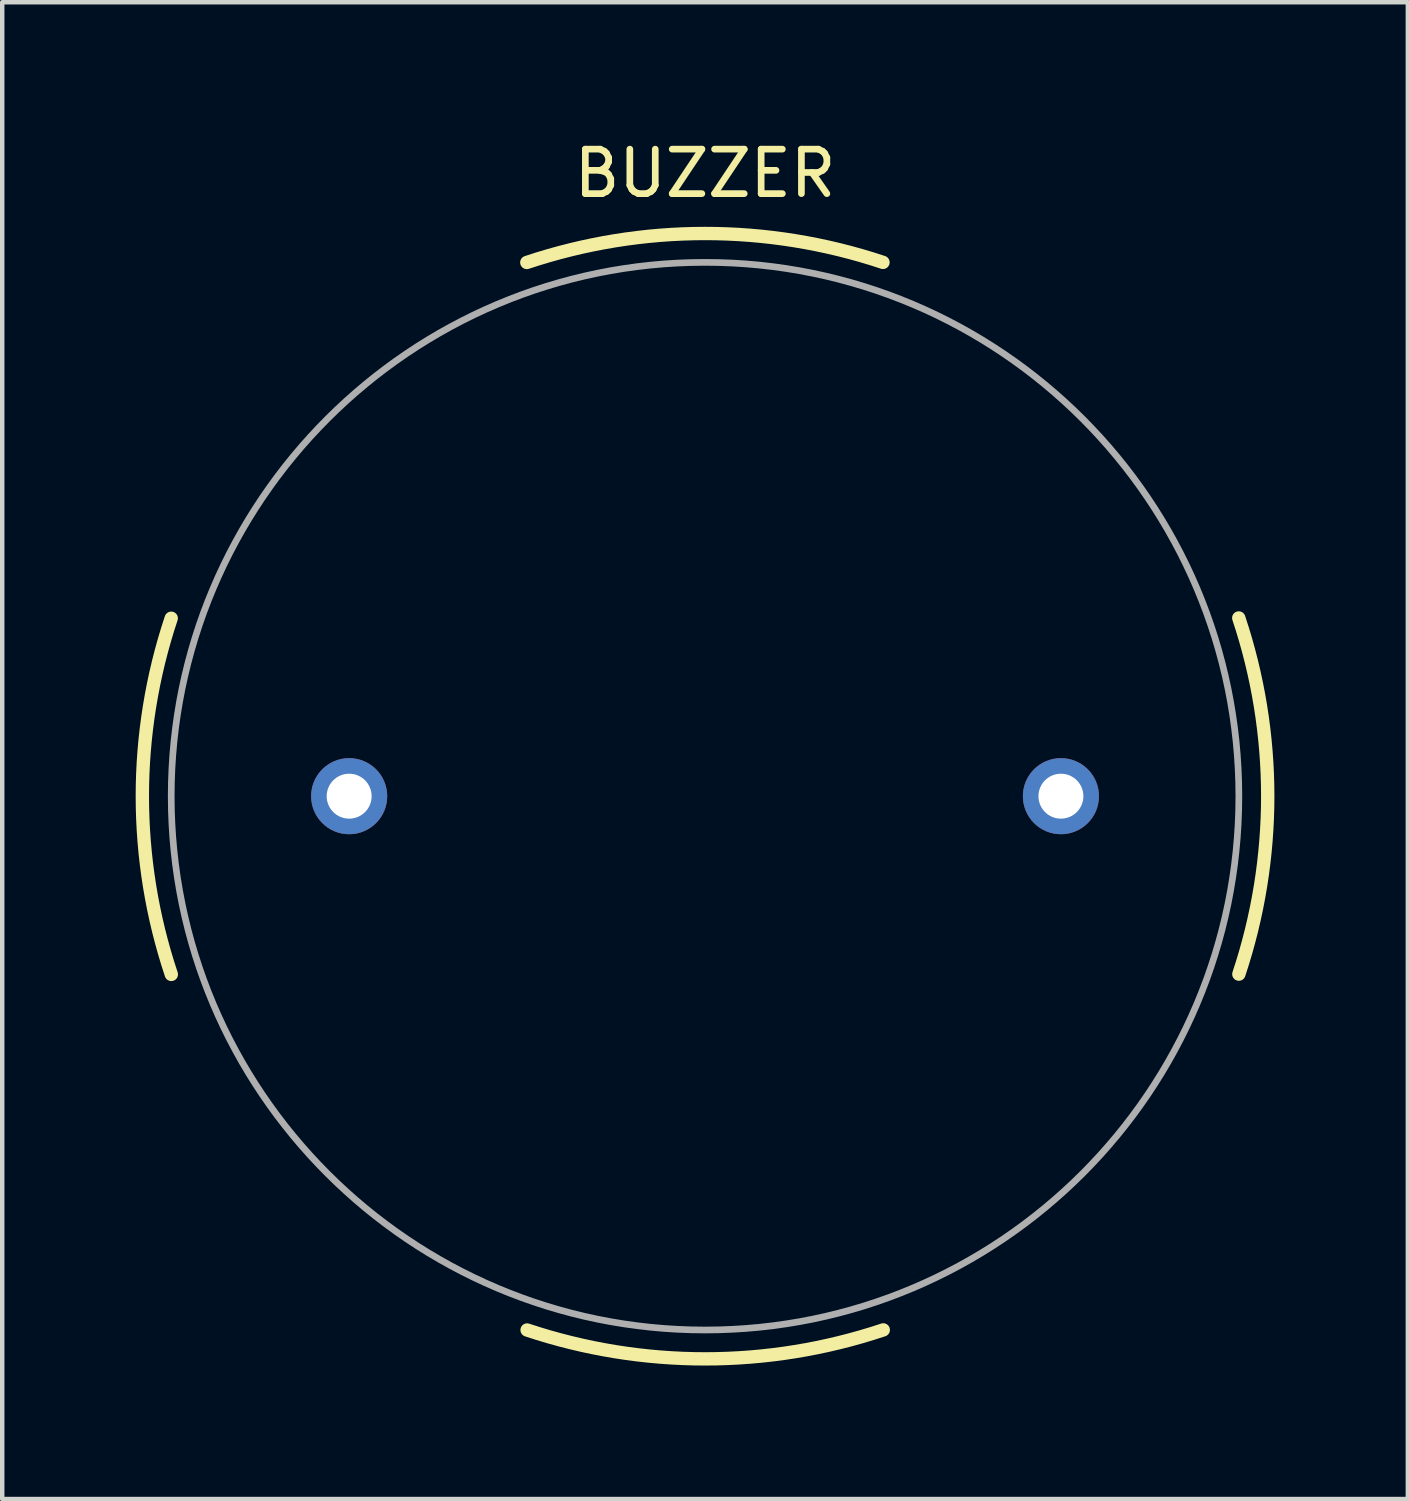
<source format=kicad_pcb>
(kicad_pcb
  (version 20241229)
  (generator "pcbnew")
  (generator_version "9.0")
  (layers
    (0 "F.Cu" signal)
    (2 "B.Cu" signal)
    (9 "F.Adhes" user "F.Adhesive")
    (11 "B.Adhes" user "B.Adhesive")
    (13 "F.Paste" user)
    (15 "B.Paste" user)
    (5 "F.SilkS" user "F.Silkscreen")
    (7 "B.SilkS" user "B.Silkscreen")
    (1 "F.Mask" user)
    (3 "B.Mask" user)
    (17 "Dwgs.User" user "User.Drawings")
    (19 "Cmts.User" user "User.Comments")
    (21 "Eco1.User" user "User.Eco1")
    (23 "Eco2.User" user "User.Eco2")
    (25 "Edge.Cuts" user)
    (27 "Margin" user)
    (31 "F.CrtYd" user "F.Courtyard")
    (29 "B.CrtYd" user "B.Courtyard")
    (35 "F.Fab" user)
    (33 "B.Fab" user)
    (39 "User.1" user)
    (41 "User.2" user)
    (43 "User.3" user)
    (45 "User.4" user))
  (footprint "BUZZER"
    (layer "F.Cu")
    (at 12.799 14.848)
    (property "Reference" "BUZZER" (at 0 -14 0) (layer "F.SilkS") (effects (font (size 1 1) (thickness 0.15))))
    (attr through_hole)
    (fp_arc (start -11.997895 4.006304) (mid -12.649108 0.003323) (end -11.999999 -3.999999) (stroke (width 0.3) (type solid)) (layer "F.SilkS"))
    (fp_arc (start -4.006304 -11.997895) (mid -0.003323 -12.649108) (end 3.999999 -11.999999) (stroke (width 0.3) (type solid)) (layer "F.SilkS"))
    (fp_arc (start 4.006304 11.997895) (mid 0.003323 12.649108) (end -3.999999 11.999999) (stroke (width 0.3) (type solid)) (layer "F.SilkS"))
    (fp_arc (start 11.997895 -4.006304) (mid 12.649108 -0.003323) (end 11.999999 3.999999) (stroke (width 0.3) (type solid)) (layer "F.SilkS"))
    (fp_circle (center 0 0) (end 12 0) (stroke (width 0.15) (type solid)) (fill no) (layer "F.Fab"))
    (pad "1" thru_hole circle (at -8 0) (size 1.71 1.71) (drill 1.01) (layers "*.Cu" "*.Mask"))
    (pad "2" thru_hole circle (at 8 0) (size 1.71 1.71) (drill 1.01) (layers "*.Cu" "*.Mask")))
  (gr_rect
    (start -3 -3)
    (end 28.598 30.647)
    (stroke (width 0.1) (type default))
    (fill no)
    (layer "Edge.Cuts")))
</source>
